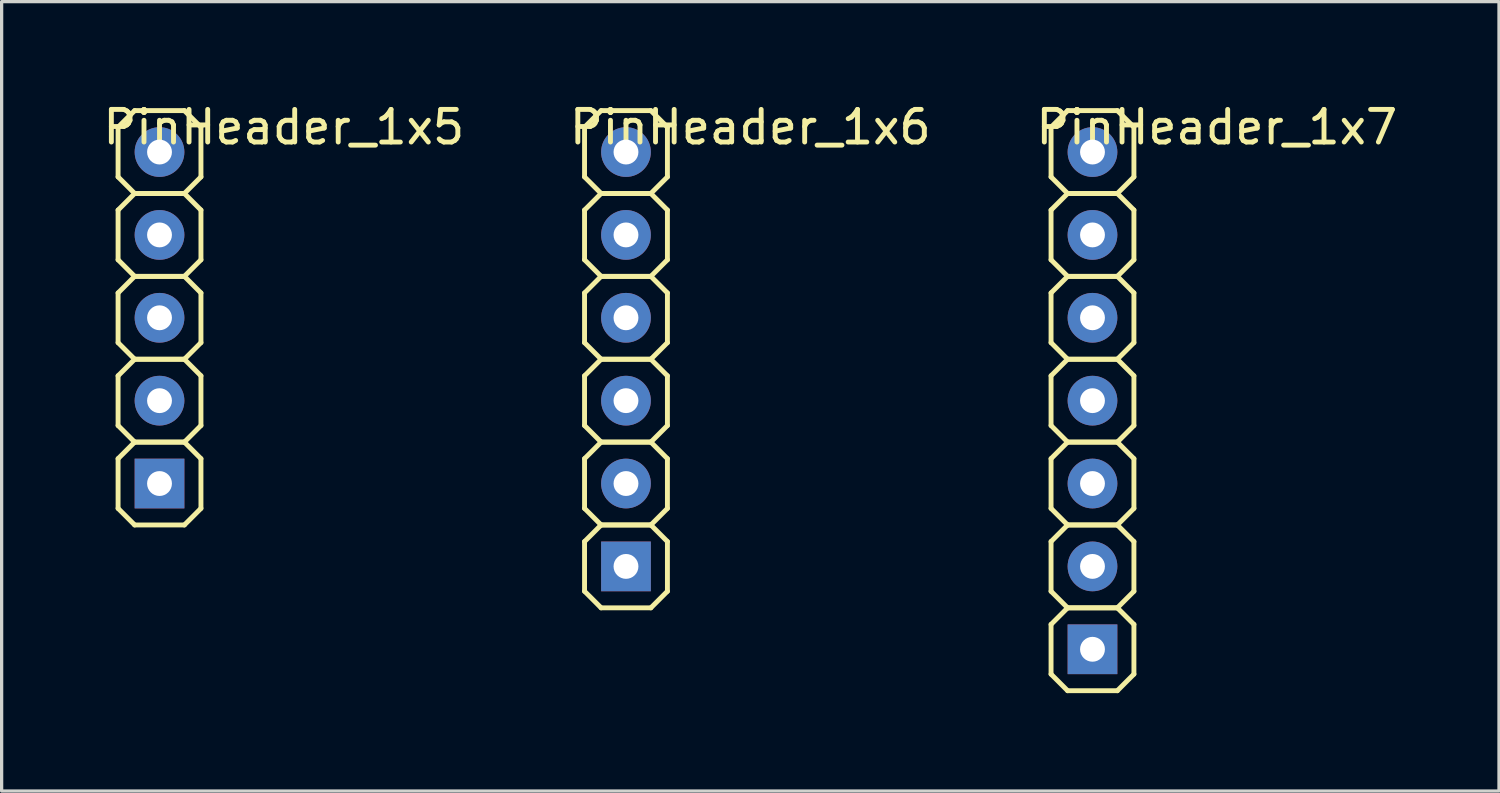
<source format=kicad_pcb>
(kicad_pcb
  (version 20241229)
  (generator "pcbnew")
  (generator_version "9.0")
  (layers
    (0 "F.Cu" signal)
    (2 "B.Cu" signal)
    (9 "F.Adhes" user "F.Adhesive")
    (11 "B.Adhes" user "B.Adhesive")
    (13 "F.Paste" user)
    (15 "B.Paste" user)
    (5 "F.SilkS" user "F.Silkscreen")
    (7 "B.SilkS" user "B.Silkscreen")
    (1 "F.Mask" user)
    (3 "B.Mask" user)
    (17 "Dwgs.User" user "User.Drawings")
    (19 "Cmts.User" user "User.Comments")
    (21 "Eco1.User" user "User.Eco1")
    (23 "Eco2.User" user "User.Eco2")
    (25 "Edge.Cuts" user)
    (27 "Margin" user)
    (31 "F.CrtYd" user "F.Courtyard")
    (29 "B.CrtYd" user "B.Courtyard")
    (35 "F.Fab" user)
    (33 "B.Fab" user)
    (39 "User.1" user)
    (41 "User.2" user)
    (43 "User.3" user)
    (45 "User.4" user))
  (footprint "PinHeader_1x5"
    (layer "F.Cu")
    (at 1.839 6.69)
    (property "Reference" "PinHeader_1x5" (at 3.81 -5.842 0) (layer "F.SilkS") (effects (font (size 1 1) (thickness 0.15))))
    (attr through_hole)
    (fp_line (start -1.27 -5.842) (end -0.762 -6.35) (stroke (width 0.15) (type solid)) (layer "F.SilkS"))
    (fp_line (start -1.27 -4.318) (end -1.27 -5.842) (stroke (width 0.15) (type solid)) (layer "F.SilkS"))
    (fp_line (start -1.27 -3.302) (end -0.762 -3.81) (stroke (width 0.15) (type solid)) (layer "F.SilkS"))
    (fp_line (start -1.27 -1.778) (end -1.27 -3.302) (stroke (width 0.15) (type solid)) (layer "F.SilkS"))
    (fp_line (start -1.27 -0.762) (end -0.762 -1.27) (stroke (width 0.15) (type solid)) (layer "F.SilkS"))
    (fp_line (start -1.27 0.762) (end -1.27 -0.762) (stroke (width 0.15) (type solid)) (layer "F.SilkS"))
    (fp_line (start -1.27 1.778) (end -0.762 1.27) (stroke (width 0.15) (type solid)) (layer "F.SilkS"))
    (fp_line (start -1.27 3.302) (end -1.27 1.778) (stroke (width 0.15) (type solid)) (layer "F.SilkS"))
    (fp_line (start -1.27 4.318) (end -0.762 3.81) (stroke (width 0.15) (type solid)) (layer "F.SilkS"))
    (fp_line (start -1.27 5.842) (end -1.27 4.318) (stroke (width 0.15) (type solid)) (layer "F.SilkS"))
    (fp_line (start -0.762 -6.35) (end 0.762 -6.35) (stroke (width 0.15) (type solid)) (layer "F.SilkS"))
    (fp_line (start -0.762 -3.81) (end -1.27 -4.318) (stroke (width 0.15) (type solid)) (layer "F.SilkS"))
    (fp_line (start -0.762 -3.81) (end 0.762 -3.81) (stroke (width 0.15) (type solid)) (layer "F.SilkS"))
    (fp_line (start -0.762 -1.27) (end -1.27 -1.778) (stroke (width 0.15) (type solid)) (layer "F.SilkS"))
    (fp_line (start -0.762 -1.27) (end 0.762 -1.27) (stroke (width 0.15) (type solid)) (layer "F.SilkS"))
    (fp_line (start -0.762 1.27) (end -1.27 0.762) (stroke (width 0.15) (type solid)) (layer "F.SilkS"))
    (fp_line (start -0.762 1.27) (end 0.762 1.27) (stroke (width 0.15) (type solid)) (layer "F.SilkS"))
    (fp_line (start -0.762 3.81) (end -1.27 3.302) (stroke (width 0.15) (type solid)) (layer "F.SilkS"))
    (fp_line (start -0.762 3.81) (end 0.762 3.81) (stroke (width 0.15) (type solid)) (layer "F.SilkS"))
    (fp_line (start -0.762 6.35) (end -1.27 5.842) (stroke (width 0.15) (type solid)) (layer "F.SilkS"))
    (fp_line (start 0.762 -6.35) (end 1.27 -5.842) (stroke (width 0.15) (type solid)) (layer "F.SilkS"))
    (fp_line (start 0.762 -3.81) (end -0.762 -3.81) (stroke (width 0.15) (type solid)) (layer "F.SilkS"))
    (fp_line (start 0.762 -3.81) (end 1.27 -3.302) (stroke (width 0.15) (type solid)) (layer "F.SilkS"))
    (fp_line (start 0.762 -1.27) (end -0.762 -1.27) (stroke (width 0.15) (type solid)) (layer "F.SilkS"))
    (fp_line (start 0.762 -1.27) (end 1.27 -0.762) (stroke (width 0.15) (type solid)) (layer "F.SilkS"))
    (fp_line (start 0.762 1.27) (end -0.762 1.27) (stroke (width 0.15) (type solid)) (layer "F.SilkS"))
    (fp_line (start 0.762 1.27) (end 1.27 1.778) (stroke (width 0.15) (type solid)) (layer "F.SilkS"))
    (fp_line (start 0.762 3.81) (end -0.762 3.81) (stroke (width 0.15) (type solid)) (layer "F.SilkS"))
    (fp_line (start 0.762 3.81) (end 1.27 4.318) (stroke (width 0.15) (type solid)) (layer "F.SilkS"))
    (fp_line (start 0.762 6.35) (end -0.762 6.35) (stroke (width 0.15) (type solid)) (layer "F.SilkS"))
    (fp_line (start 1.27 -5.842) (end 1.27 -4.318) (stroke (width 0.15) (type solid)) (layer "F.SilkS"))
    (fp_line (start 1.27 -4.318) (end 0.762 -3.81) (stroke (width 0.15) (type solid)) (layer "F.SilkS"))
    (fp_line (start 1.27 -3.302) (end 1.27 -1.778) (stroke (width 0.15) (type solid)) (layer "F.SilkS"))
    (fp_line (start 1.27 -1.778) (end 0.762 -1.27) (stroke (width 0.15) (type solid)) (layer "F.SilkS"))
    (fp_line (start 1.27 -0.762) (end 1.27 0.762) (stroke (width 0.15) (type solid)) (layer "F.SilkS"))
    (fp_line (start 1.27 0.762) (end 0.762 1.27) (stroke (width 0.15) (type solid)) (layer "F.SilkS"))
    (fp_line (start 1.27 1.778) (end 1.27 3.302) (stroke (width 0.15) (type solid)) (layer "F.SilkS"))
    (fp_line (start 1.27 3.302) (end 0.762 3.81) (stroke (width 0.15) (type solid)) (layer "F.SilkS"))
    (fp_line (start 1.27 4.318) (end 1.27 5.842) (stroke (width 0.15) (type solid)) (layer "F.SilkS"))
    (fp_line (start 1.27 5.842) (end 0.762 6.35) (stroke (width 0.15) (type solid)) (layer "F.SilkS"))
    (pad "1" thru_hole circle (at 0 -5.08) (size 1.524 1.524) (drill 0.762) (layers "*.Cu" "*.Mask"))
    (pad "2" thru_hole circle (at 0 -2.54) (size 1.524 1.524) (drill 0.762) (layers "*.Cu" "*.Mask"))
    (pad "3" thru_hole circle (at 0 0) (size 1.524 1.524) (drill 0.762) (layers "*.Cu" "*.Mask"))
    (pad "4" thru_hole circle (at 0 2.54) (size 1.524 1.524) (drill 0.762) (layers "*.Cu" "*.Mask"))
    (pad "5" thru_hole rect (at 0 5.08) (size 1.524 1.524) (drill 0.762) (layers "*.Cu" "*.Mask")))
  (footprint "PinHeader_1x6"
    (layer "F.Cu")
    (at 16.136 7.96)
    (property "Reference" "PinHeader_1x6" (at 3.81 -7.112 0) (layer "F.SilkS") (effects (font (size 1 1) (thickness 0.15))))
    (attr through_hole)
    (fp_line (start -1.27 -7.112) (end -0.762 -7.62) (stroke (width 0.15) (type solid)) (layer "F.SilkS"))
    (fp_line (start -1.27 -5.588) (end -1.27 -7.112) (stroke (width 0.15) (type solid)) (layer "F.SilkS"))
    (fp_line (start -1.27 -4.572) (end -0.762 -5.08) (stroke (width 0.15) (type solid)) (layer "F.SilkS"))
    (fp_line (start -1.27 -3.048) (end -1.27 -4.572) (stroke (width 0.15) (type solid)) (layer "F.SilkS"))
    (fp_line (start -1.27 -2.032) (end -0.762 -2.54) (stroke (width 0.15) (type solid)) (layer "F.SilkS"))
    (fp_line (start -1.27 -0.508) (end -1.27 -2.032) (stroke (width 0.15) (type solid)) (layer "F.SilkS"))
    (fp_line (start -1.27 0.508) (end -0.762 0) (stroke (width 0.15) (type solid)) (layer "F.SilkS"))
    (fp_line (start -1.27 2.032) (end -1.27 0.508) (stroke (width 0.15) (type solid)) (layer "F.SilkS"))
    (fp_line (start -1.27 3.048) (end -0.762 2.54) (stroke (width 0.15) (type solid)) (layer "F.SilkS"))
    (fp_line (start -1.27 4.572) (end -1.27 3.048) (stroke (width 0.15) (type solid)) (layer "F.SilkS"))
    (fp_line (start -1.27 5.588) (end -0.762 5.08) (stroke (width 0.15) (type solid)) (layer "F.SilkS"))
    (fp_line (start -1.27 7.112) (end -1.27 5.588) (stroke (width 0.15) (type solid)) (layer "F.SilkS"))
    (fp_line (start -0.762 -7.62) (end 0.762 -7.62) (stroke (width 0.15) (type solid)) (layer "F.SilkS"))
    (fp_line (start -0.762 -5.08) (end -1.27 -5.588) (stroke (width 0.15) (type solid)) (layer "F.SilkS"))
    (fp_line (start -0.762 -5.08) (end 0.762 -5.08) (stroke (width 0.15) (type solid)) (layer "F.SilkS"))
    (fp_line (start -0.762 -2.54) (end -1.27 -3.048) (stroke (width 0.15) (type solid)) (layer "F.SilkS"))
    (fp_line (start -0.762 -2.54) (end 0.762 -2.54) (stroke (width 0.15) (type solid)) (layer "F.SilkS"))
    (fp_line (start -0.762 0) (end -1.27 -0.508) (stroke (width 0.15) (type solid)) (layer "F.SilkS"))
    (fp_line (start -0.762 0) (end 0.762 0) (stroke (width 0.15) (type solid)) (layer "F.SilkS"))
    (fp_line (start -0.762 2.54) (end -1.27 2.032) (stroke (width 0.15) (type solid)) (layer "F.SilkS"))
    (fp_line (start -0.762 2.54) (end 0.762 2.54) (stroke (width 0.15) (type solid)) (layer "F.SilkS"))
    (fp_line (start -0.762 5.08) (end -1.27 4.572) (stroke (width 0.15) (type solid)) (layer "F.SilkS"))
    (fp_line (start -0.762 5.08) (end 0.762 5.08) (stroke (width 0.15) (type solid)) (layer "F.SilkS"))
    (fp_line (start -0.762 7.62) (end -1.27 7.112) (stroke (width 0.15) (type solid)) (layer "F.SilkS"))
    (fp_line (start 0.762 -7.62) (end 1.27 -7.112) (stroke (width 0.15) (type solid)) (layer "F.SilkS"))
    (fp_line (start 0.762 -5.08) (end -0.762 -5.08) (stroke (width 0.15) (type solid)) (layer "F.SilkS"))
    (fp_line (start 0.762 -5.08) (end 1.27 -4.572) (stroke (width 0.15) (type solid)) (layer "F.SilkS"))
    (fp_line (start 0.762 -2.54) (end -0.762 -2.54) (stroke (width 0.15) (type solid)) (layer "F.SilkS"))
    (fp_line (start 0.762 -2.54) (end 1.27 -2.032) (stroke (width 0.15) (type solid)) (layer "F.SilkS"))
    (fp_line (start 0.762 0) (end -0.762 0) (stroke (width 0.15) (type solid)) (layer "F.SilkS"))
    (fp_line (start 0.762 0) (end 1.27 0.508) (stroke (width 0.15) (type solid)) (layer "F.SilkS"))
    (fp_line (start 0.762 2.54) (end -0.762 2.54) (stroke (width 0.15) (type solid)) (layer "F.SilkS"))
    (fp_line (start 0.762 2.54) (end 1.27 3.048) (stroke (width 0.15) (type solid)) (layer "F.SilkS"))
    (fp_line (start 0.762 5.08) (end -0.762 5.08) (stroke (width 0.15) (type solid)) (layer "F.SilkS"))
    (fp_line (start 0.762 5.08) (end 1.27 5.588) (stroke (width 0.15) (type solid)) (layer "F.SilkS"))
    (fp_line (start 0.762 7.62) (end -0.762 7.62) (stroke (width 0.15) (type solid)) (layer "F.SilkS"))
    (fp_line (start 1.27 -7.112) (end 1.27 -5.588) (stroke (width 0.15) (type solid)) (layer "F.SilkS"))
    (fp_line (start 1.27 -5.588) (end 0.762 -5.08) (stroke (width 0.15) (type solid)) (layer "F.SilkS"))
    (fp_line (start 1.27 -4.572) (end 1.27 -3.048) (stroke (width 0.15) (type solid)) (layer "F.SilkS"))
    (fp_line (start 1.27 -3.048) (end 0.762 -2.54) (stroke (width 0.15) (type solid)) (layer "F.SilkS"))
    (fp_line (start 1.27 -2.032) (end 1.27 -0.508) (stroke (width 0.15) (type solid)) (layer "F.SilkS"))
    (fp_line (start 1.27 -0.508) (end 0.762 0) (stroke (width 0.15) (type solid)) (layer "F.SilkS"))
    (fp_line (start 1.27 0.508) (end 1.27 2.032) (stroke (width 0.15) (type solid)) (layer "F.SilkS"))
    (fp_line (start 1.27 2.032) (end 0.762 2.54) (stroke (width 0.15) (type solid)) (layer "F.SilkS"))
    (fp_line (start 1.27 3.048) (end 1.27 4.572) (stroke (width 0.15) (type solid)) (layer "F.SilkS"))
    (fp_line (start 1.27 4.572) (end 0.762 5.08) (stroke (width 0.15) (type solid)) (layer "F.SilkS"))
    (fp_line (start 1.27 5.588) (end 1.27 7.112) (stroke (width 0.15) (type solid)) (layer "F.SilkS"))
    (fp_line (start 1.27 7.112) (end 0.762 7.62) (stroke (width 0.15) (type solid)) (layer "F.SilkS"))
    (pad "1" thru_hole circle (at 0 -6.35) (size 1.524 1.524) (drill 0.762) (layers "*.Cu" "*.Mask"))
    (pad "2" thru_hole circle (at 0 -3.81) (size 1.524 1.524) (drill 0.762) (layers "*.Cu" "*.Mask"))
    (pad "3" thru_hole circle (at 0 -1.27) (size 1.524 1.524) (drill 0.762) (layers "*.Cu" "*.Mask"))
    (pad "4" thru_hole circle (at 0 1.27) (size 1.524 1.524) (drill 0.762) (layers "*.Cu" "*.Mask"))
    (pad "5" thru_hole circle (at 0 3.81) (size 1.524 1.524) (drill 0.762) (layers "*.Cu" "*.Mask"))
    (pad "6" thru_hole rect (at 0 6.35) (size 1.524 1.524) (drill 0.762) (layers "*.Cu" "*.Mask")))
  (footprint "PinHeader_1x7"
    (layer "F.Cu")
    (at 30.434 9.23)
    (property "Reference" "PinHeader_1x7" (at 3.81 -8.382 0) (layer "F.SilkS") (effects (font (size 1 1) (thickness 0.15))))
    (attr through_hole)
    (fp_line (start -1.27 -8.382) (end -0.762 -8.89) (stroke (width 0.15) (type solid)) (layer "F.SilkS"))
    (fp_line (start -1.27 -6.858) (end -1.27 -8.382) (stroke (width 0.15) (type solid)) (layer "F.SilkS"))
    (fp_line (start -1.27 -5.842) (end -0.762 -6.35) (stroke (width 0.15) (type solid)) (layer "F.SilkS"))
    (fp_line (start -1.27 -4.318) (end -1.27 -5.842) (stroke (width 0.15) (type solid)) (layer "F.SilkS"))
    (fp_line (start -1.27 -3.302) (end -0.762 -3.81) (stroke (width 0.15) (type solid)) (layer "F.SilkS"))
    (fp_line (start -1.27 -1.778) (end -1.27 -3.302) (stroke (width 0.15) (type solid)) (layer "F.SilkS"))
    (fp_line (start -1.27 -0.762) (end -0.762 -1.27) (stroke (width 0.15) (type solid)) (layer "F.SilkS"))
    (fp_line (start -1.27 0.762) (end -1.27 -0.762) (stroke (width 0.15) (type solid)) (layer "F.SilkS"))
    (fp_line (start -1.27 1.778) (end -0.762 1.27) (stroke (width 0.15) (type solid)) (layer "F.SilkS"))
    (fp_line (start -1.27 3.302) (end -1.27 1.778) (stroke (width 0.15) (type solid)) (layer "F.SilkS"))
    (fp_line (start -1.27 4.318) (end -0.762 3.81) (stroke (width 0.15) (type solid)) (layer "F.SilkS"))
    (fp_line (start -1.27 5.842) (end -1.27 4.318) (stroke (width 0.15) (type solid)) (layer "F.SilkS"))
    (fp_line (start -1.27 6.858) (end -0.762 6.35) (stroke (width 0.15) (type solid)) (layer "F.SilkS"))
    (fp_line (start -1.27 8.382) (end -1.27 6.858) (stroke (width 0.15) (type solid)) (layer "F.SilkS"))
    (fp_line (start -0.762 -8.89) (end 0.762 -8.89) (stroke (width 0.15) (type solid)) (layer "F.SilkS"))
    (fp_line (start -0.762 -6.35) (end -1.27 -6.858) (stroke (width 0.15) (type solid)) (layer "F.SilkS"))
    (fp_line (start -0.762 -6.35) (end 0.762 -6.35) (stroke (width 0.15) (type solid)) (layer "F.SilkS"))
    (fp_line (start -0.762 -3.81) (end -1.27 -4.318) (stroke (width 0.15) (type solid)) (layer "F.SilkS"))
    (fp_line (start -0.762 -3.81) (end 0.762 -3.81) (stroke (width 0.15) (type solid)) (layer "F.SilkS"))
    (fp_line (start -0.762 -1.27) (end -1.27 -1.778) (stroke (width 0.15) (type solid)) (layer "F.SilkS"))
    (fp_line (start -0.762 -1.27) (end 0.762 -1.27) (stroke (width 0.15) (type solid)) (layer "F.SilkS"))
    (fp_line (start -0.762 1.27) (end -1.27 0.762) (stroke (width 0.15) (type solid)) (layer "F.SilkS"))
    (fp_line (start -0.762 1.27) (end 0.762 1.27) (stroke (width 0.15) (type solid)) (layer "F.SilkS"))
    (fp_line (start -0.762 3.81) (end -1.27 3.302) (stroke (width 0.15) (type solid)) (layer "F.SilkS"))
    (fp_line (start -0.762 3.81) (end 0.762 3.81) (stroke (width 0.15) (type solid)) (layer "F.SilkS"))
    (fp_line (start -0.762 6.35) (end -1.27 5.842) (stroke (width 0.15) (type solid)) (layer "F.SilkS"))
    (fp_line (start -0.762 6.35) (end 0.762 6.35) (stroke (width 0.15) (type solid)) (layer "F.SilkS"))
    (fp_line (start -0.762 8.89) (end -1.27 8.382) (stroke (width 0.15) (type solid)) (layer "F.SilkS"))
    (fp_line (start 0.762 -8.89) (end 1.27 -8.382) (stroke (width 0.15) (type solid)) (layer "F.SilkS"))
    (fp_line (start 0.762 -6.35) (end -0.762 -6.35) (stroke (width 0.15) (type solid)) (layer "F.SilkS"))
    (fp_line (start 0.762 -6.35) (end 1.27 -5.842) (stroke (width 0.15) (type solid)) (layer "F.SilkS"))
    (fp_line (start 0.762 -3.81) (end -0.762 -3.81) (stroke (width 0.15) (type solid)) (layer "F.SilkS"))
    (fp_line (start 0.762 -3.81) (end 1.27 -3.302) (stroke (width 0.15) (type solid)) (layer "F.SilkS"))
    (fp_line (start 0.762 -1.27) (end -0.762 -1.27) (stroke (width 0.15) (type solid)) (layer "F.SilkS"))
    (fp_line (start 0.762 -1.27) (end 1.27 -0.762) (stroke (width 0.15) (type solid)) (layer "F.SilkS"))
    (fp_line (start 0.762 1.27) (end -0.762 1.27) (stroke (width 0.15) (type solid)) (layer "F.SilkS"))
    (fp_line (start 0.762 1.27) (end 1.27 1.778) (stroke (width 0.15) (type solid)) (layer "F.SilkS"))
    (fp_line (start 0.762 3.81) (end -0.762 3.81) (stroke (width 0.15) (type solid)) (layer "F.SilkS"))
    (fp_line (start 0.762 3.81) (end 1.27 4.318) (stroke (width 0.15) (type solid)) (layer "F.SilkS"))
    (fp_line (start 0.762 6.35) (end -0.762 6.35) (stroke (width 0.15) (type solid)) (layer "F.SilkS"))
    (fp_line (start 0.762 6.35) (end 1.27 6.858) (stroke (width 0.15) (type solid)) (layer "F.SilkS"))
    (fp_line (start 0.762 8.89) (end -0.762 8.89) (stroke (width 0.15) (type solid)) (layer "F.SilkS"))
    (fp_line (start 1.27 -8.382) (end 1.27 -6.858) (stroke (width 0.15) (type solid)) (layer "F.SilkS"))
    (fp_line (start 1.27 -6.858) (end 0.762 -6.35) (stroke (width 0.15) (type solid)) (layer "F.SilkS"))
    (fp_line (start 1.27 -5.842) (end 1.27 -4.318) (stroke (width 0.15) (type solid)) (layer "F.SilkS"))
    (fp_line (start 1.27 -4.318) (end 0.762 -3.81) (stroke (width 0.15) (type solid)) (layer "F.SilkS"))
    (fp_line (start 1.27 -3.302) (end 1.27 -1.778) (stroke (width 0.15) (type solid)) (layer "F.SilkS"))
    (fp_line (start 1.27 -1.778) (end 0.762 -1.27) (stroke (width 0.15) (type solid)) (layer "F.SilkS"))
    (fp_line (start 1.27 -0.762) (end 1.27 0.762) (stroke (width 0.15) (type solid)) (layer "F.SilkS"))
    (fp_line (start 1.27 0.762) (end 0.762 1.27) (stroke (width 0.15) (type solid)) (layer "F.SilkS"))
    (fp_line (start 1.27 1.778) (end 1.27 3.302) (stroke (width 0.15) (type solid)) (layer "F.SilkS"))
    (fp_line (start 1.27 3.302) (end 0.762 3.81) (stroke (width 0.15) (type solid)) (layer "F.SilkS"))
    (fp_line (start 1.27 4.318) (end 1.27 5.842) (stroke (width 0.15) (type solid)) (layer "F.SilkS"))
    (fp_line (start 1.27 5.842) (end 0.762 6.35) (stroke (width 0.15) (type solid)) (layer "F.SilkS"))
    (fp_line (start 1.27 6.858) (end 1.27 8.382) (stroke (width 0.15) (type solid)) (layer "F.SilkS"))
    (fp_line (start 1.27 8.382) (end 0.762 8.89) (stroke (width 0.15) (type solid)) (layer "F.SilkS"))
    (pad "1" thru_hole circle (at 0 -7.62) (size 1.524 1.524) (drill 0.762) (layers "*.Cu" "*.Mask"))
    (pad "2" thru_hole circle (at 0 -5.08) (size 1.524 1.524) (drill 0.762) (layers "*.Cu" "*.Mask"))
    (pad "3" thru_hole circle (at 0 -2.54) (size 1.524 1.524) (drill 0.762) (layers "*.Cu" "*.Mask"))
    (pad "4" thru_hole circle (at 0 0) (size 1.524 1.524) (drill 0.762) (layers "*.Cu" "*.Mask"))
    (pad "5" thru_hole circle (at 0 2.54) (size 1.524 1.524) (drill 0.762) (layers "*.Cu" "*.Mask"))
    (pad "6" thru_hole circle (at 0 5.08) (size 1.524 1.524) (drill 0.762) (layers "*.Cu" "*.Mask"))
    (pad "7" thru_hole rect (at 0 7.62) (size 1.524 1.524) (drill 0.762) (layers "*.Cu" "*.Mask")))
  (gr_rect
    (start -3 -3)
    (end 42.893 21.195)
    (stroke (width 0.1) (type default))
    (fill no)
    (layer "Edge.Cuts")))
</source>
